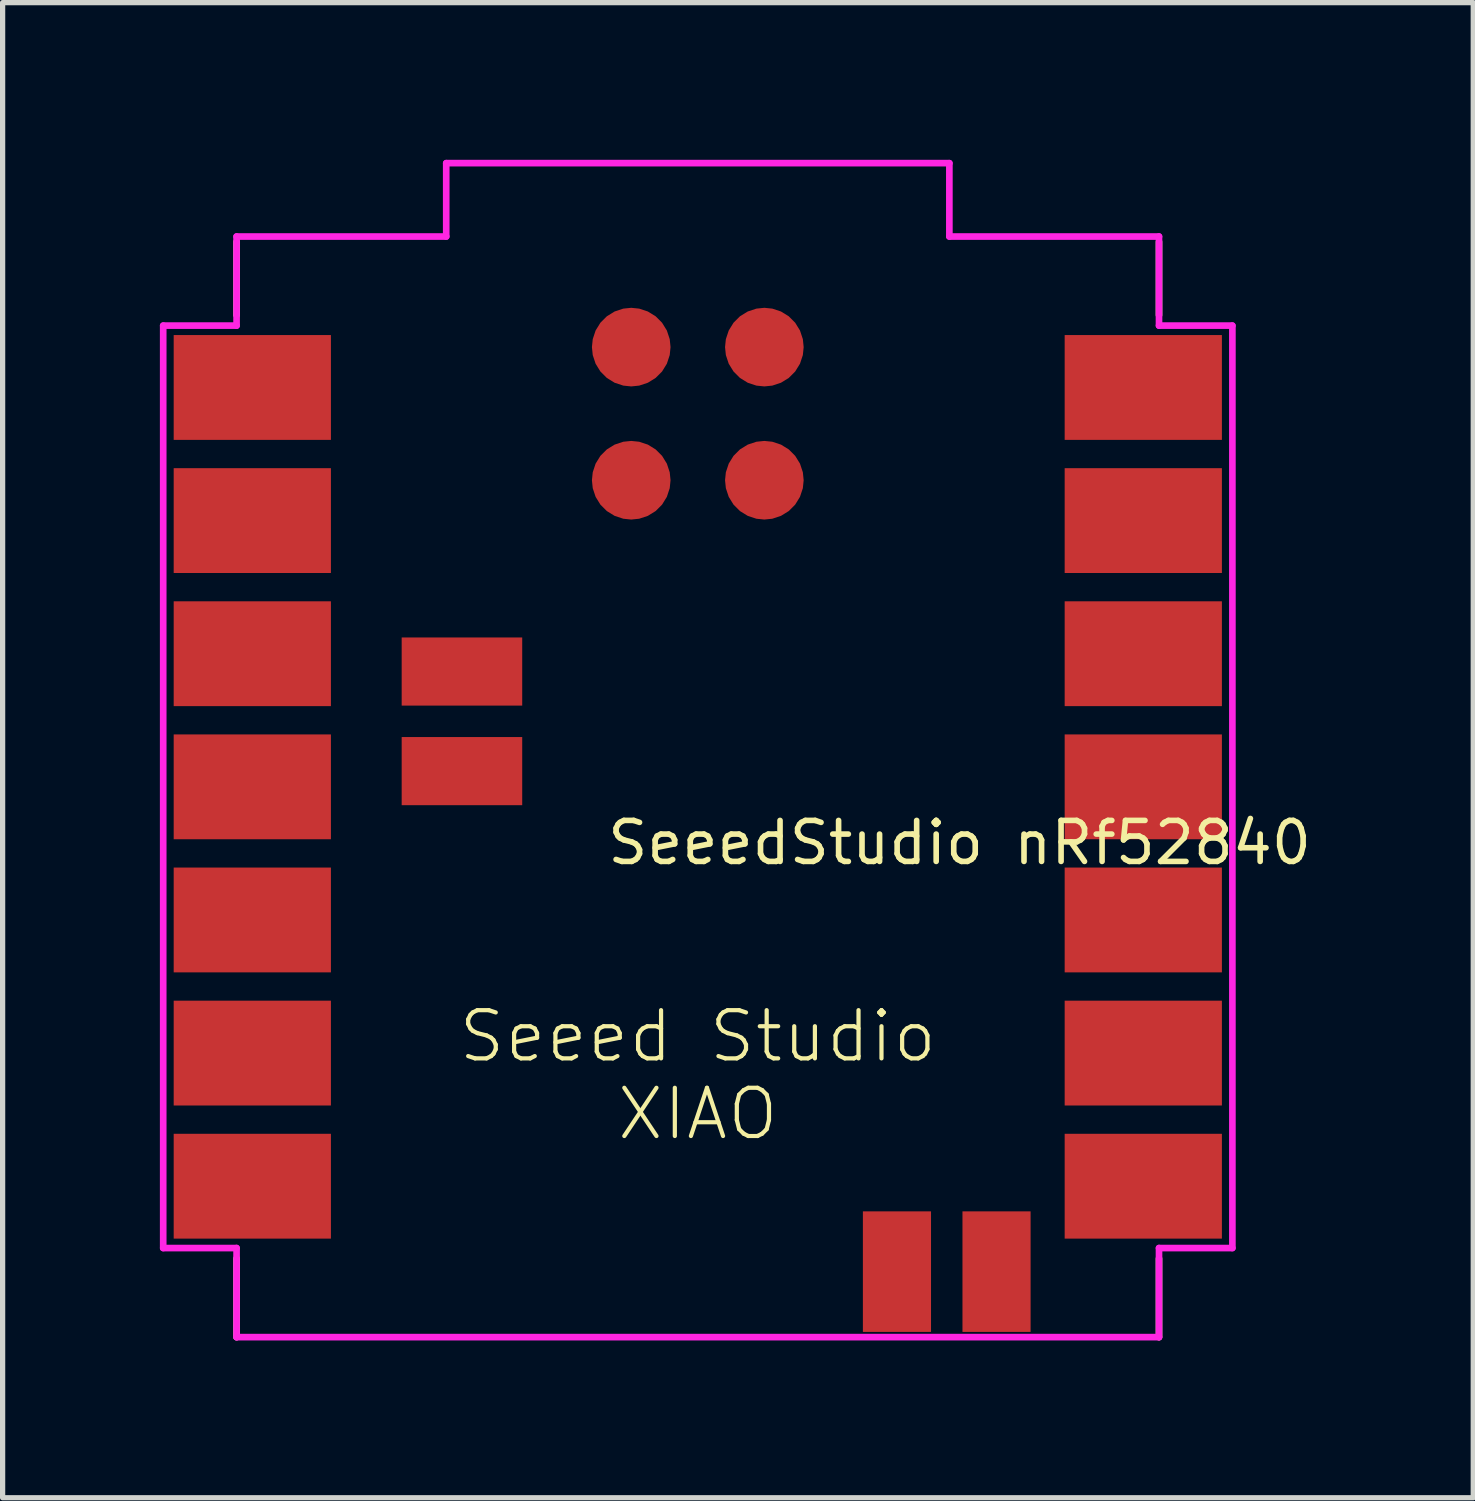
<source format=kicad_pcb>
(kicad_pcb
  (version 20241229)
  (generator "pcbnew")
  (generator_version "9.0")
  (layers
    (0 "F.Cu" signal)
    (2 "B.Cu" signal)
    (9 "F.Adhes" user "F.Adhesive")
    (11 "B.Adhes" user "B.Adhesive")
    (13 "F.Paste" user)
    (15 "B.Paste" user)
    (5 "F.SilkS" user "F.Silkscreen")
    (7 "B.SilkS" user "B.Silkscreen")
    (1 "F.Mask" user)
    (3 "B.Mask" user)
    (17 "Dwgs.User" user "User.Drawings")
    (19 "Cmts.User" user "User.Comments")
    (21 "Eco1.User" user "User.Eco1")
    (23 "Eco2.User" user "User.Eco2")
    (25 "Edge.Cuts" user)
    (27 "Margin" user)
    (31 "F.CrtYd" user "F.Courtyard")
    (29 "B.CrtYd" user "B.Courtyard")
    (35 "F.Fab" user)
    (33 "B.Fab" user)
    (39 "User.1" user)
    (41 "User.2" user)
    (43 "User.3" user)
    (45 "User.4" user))
  (footprint "SeeedStudio nRf52840"
    (layer "F.Cu")
    (at 10.264 11.963)
    (property "Reference" "SeeedStudio nRf52840" (at -1.778 1.524 0) (unlocked yes) (layer "F.SilkS") (effects (font (size 0.782 0.782) (thickness 0.107)) (justify left bottom)))
    (fp_line (start -8.8 -10.4) (end -8.8 -9) (stroke (width 0.127) (type solid)) (layer "F.SilkS"))
    (fp_line (start -8.8 10.5) (end -8.8 9) (stroke (width 0.127) (type solid)) (layer "F.SilkS"))
    (fp_line (start 8.8 -10.4) (end 8.8 -9) (stroke (width 0.127) (type solid)) (layer "F.SilkS"))
    (fp_line (start 8.8 10.5) (end 8.8 9) (stroke (width 0.127) (type solid)) (layer "F.SilkS"))
    (fp_line (start -10.2 -8.8) (end -10.2 8.8) (stroke (width 0.127) (type default)) (layer "F.CrtYd"))
    (fp_line (start -10.2 8.8) (end -8.8 8.8) (stroke (width 0.127) (type default)) (layer "F.CrtYd"))
    (fp_line (start -8.8 -10.5) (end -8.8 -8.8) (stroke (width 0.127) (type default)) (layer "F.CrtYd"))
    (fp_line (start -8.8 -8.8) (end -10.2 -8.8) (stroke (width 0.127) (type default)) (layer "F.CrtYd"))
    (fp_line (start -8.8 8.8) (end -8.8 10.5) (stroke (width 0.127) (type default)) (layer "F.CrtYd"))
    (fp_line (start -8.8 10.5) (end 8.8 10.5) (stroke (width 0.127) (type default)) (layer "F.CrtYd"))
    (fp_line (start -4.8 -11.9) (end -4.8 -10.5) (stroke (width 0.127) (type default)) (layer "F.CrtYd"))
    (fp_line (start -4.8 -10.5) (end -8.8 -10.5) (stroke (width 0.127) (type default)) (layer "F.CrtYd"))
    (fp_line (start 4.8 -11.9) (end -4.8 -11.9) (stroke (width 0.127) (type default)) (layer "F.CrtYd"))
    (fp_line (start 4.8 -10.5) (end 4.8 -11.9) (stroke (width 0.127) (type default)) (layer "F.CrtYd"))
    (fp_line (start 4.8 -10.5) (end 8.8 -10.5) (stroke (width 0.127) (type default)) (layer "F.CrtYd"))
    (fp_line (start 8.8 -8.8) (end 8.8 -10.5) (stroke (width 0.127) (type default)) (layer "F.CrtYd"))
    (fp_line (start 8.8 8.8) (end 10.2 8.8) (stroke (width 0.127) (type default)) (layer "F.CrtYd"))
    (fp_line (start 8.8 10.5) (end 8.8 8.8) (stroke (width 0.127) (type default)) (layer "F.CrtYd"))
    (fp_line (start 10.2 -8.8) (end 8.8 -8.8) (stroke (width 0.127) (type default)) (layer "F.CrtYd"))
    (fp_line (start 10.2 -8.8) (end 10.2 8.8) (stroke (width 0.127) (type default)) (layer "F.CrtYd"))
    (fp_text user "Seeed Studio\nXIAO" (at 0 5.5 0) (unlocked yes) (layer "F.SilkS") (effects (font (size 0.92 0.92) (thickness 0.08))))
    (pad "1" smd rect (at -8.5 -7.62) (size 3 2) (layers "F.Cu" "F.Mask" "F.Paste"))
    (pad "2" smd rect (at -8.5 -5.08) (size 3 2) (layers "F.Cu" "F.Mask" "F.Paste"))
    (pad "3" smd rect (at -8.5 -2.54) (size 3 2) (layers "F.Cu" "F.Mask" "F.Paste"))
    (pad "4" smd rect (at -8.5 0) (size 3 2) (layers "F.Cu" "F.Mask" "F.Paste"))
    (pad "5" smd rect (at -8.5 2.54) (size 3 2) (layers "F.Cu" "F.Mask" "F.Paste"))
    (pad "6" smd rect (at -8.5 5.08) (size 3 2) (layers "F.Cu" "F.Mask" "F.Paste"))
    (pad "7" smd rect (at -8.5 7.62) (size 3 2) (layers "F.Cu" "F.Mask" "F.Paste"))
    (pad "8" smd rect (at 8.5 7.62) (size 3 2) (layers "F.Cu" "F.Mask" "F.Paste"))
    (pad "9" smd rect (at 8.5 5.08) (size 3 2) (layers "F.Cu" "F.Mask" "F.Paste"))
    (pad "10" smd rect (at 8.5 2.54) (size 3 2) (layers "F.Cu" "F.Mask" "F.Paste"))
    (pad "11" smd rect (at 8.5 0) (size 3 2) (layers "F.Cu" "F.Mask" "F.Paste"))
    (pad "12" smd rect (at 8.5 -2.54) (size 3 2) (layers "F.Cu" "F.Mask" "F.Paste"))
    (pad "13" smd rect (at 8.5 -5.08) (size 3 2) (layers "F.Cu" "F.Mask" "F.Paste"))
    (pad "14" smd rect (at 8.5 -7.62) (size 3 2) (layers "F.Cu" "F.Mask" "F.Paste"))
    (pad "15" smd roundrect (at -1.27 -8.39) (size 1.5 1.5) (layers "F.Cu" "F.Mask" "F.Paste") (roundrect_rratio 0.5))
    (pad "16" smd roundrect (at 1.27 -8.39) (size 1.5 1.5) (layers "F.Cu" "F.Mask" "F.Paste") (roundrect_rratio 0.5))
    (pad "17" smd roundrect (at -1.27 -5.85) (size 1.5 1.5) (layers "F.Cu" "F.Mask" "F.Paste") (roundrect_rratio 0.5))
    (pad "18" smd roundrect (at 1.27 -5.85) (size 1.5 1.5) (layers "F.Cu" "F.Mask" "F.Paste") (roundrect_rratio 0.5))
    (pad "19" smd rect (at 3.8 9.25 90) (size 2.3 1.3) (layers "F.Cu" "F.Mask" "F.Paste"))
    (pad "20" smd rect (at 5.7 9.25 90) (size 2.3 1.3) (layers "F.Cu" "F.Mask" "F.Paste"))
    (pad "21" smd rect (at -4.5 -2.2 180) (size 2.3 1.3) (layers "F.Cu" "F.Mask" "F.Paste"))
    (pad "22" smd rect (at -4.5 -0.3 180) (size 2.3 1.3) (layers "F.Cu" "F.Mask" "F.Paste")))
  (gr_rect
    (start -3 -3)
    (end 25.06 25.527)
    (stroke (width 0.1) (type default))
    (fill no)
    (layer "Edge.Cuts")))
</source>
